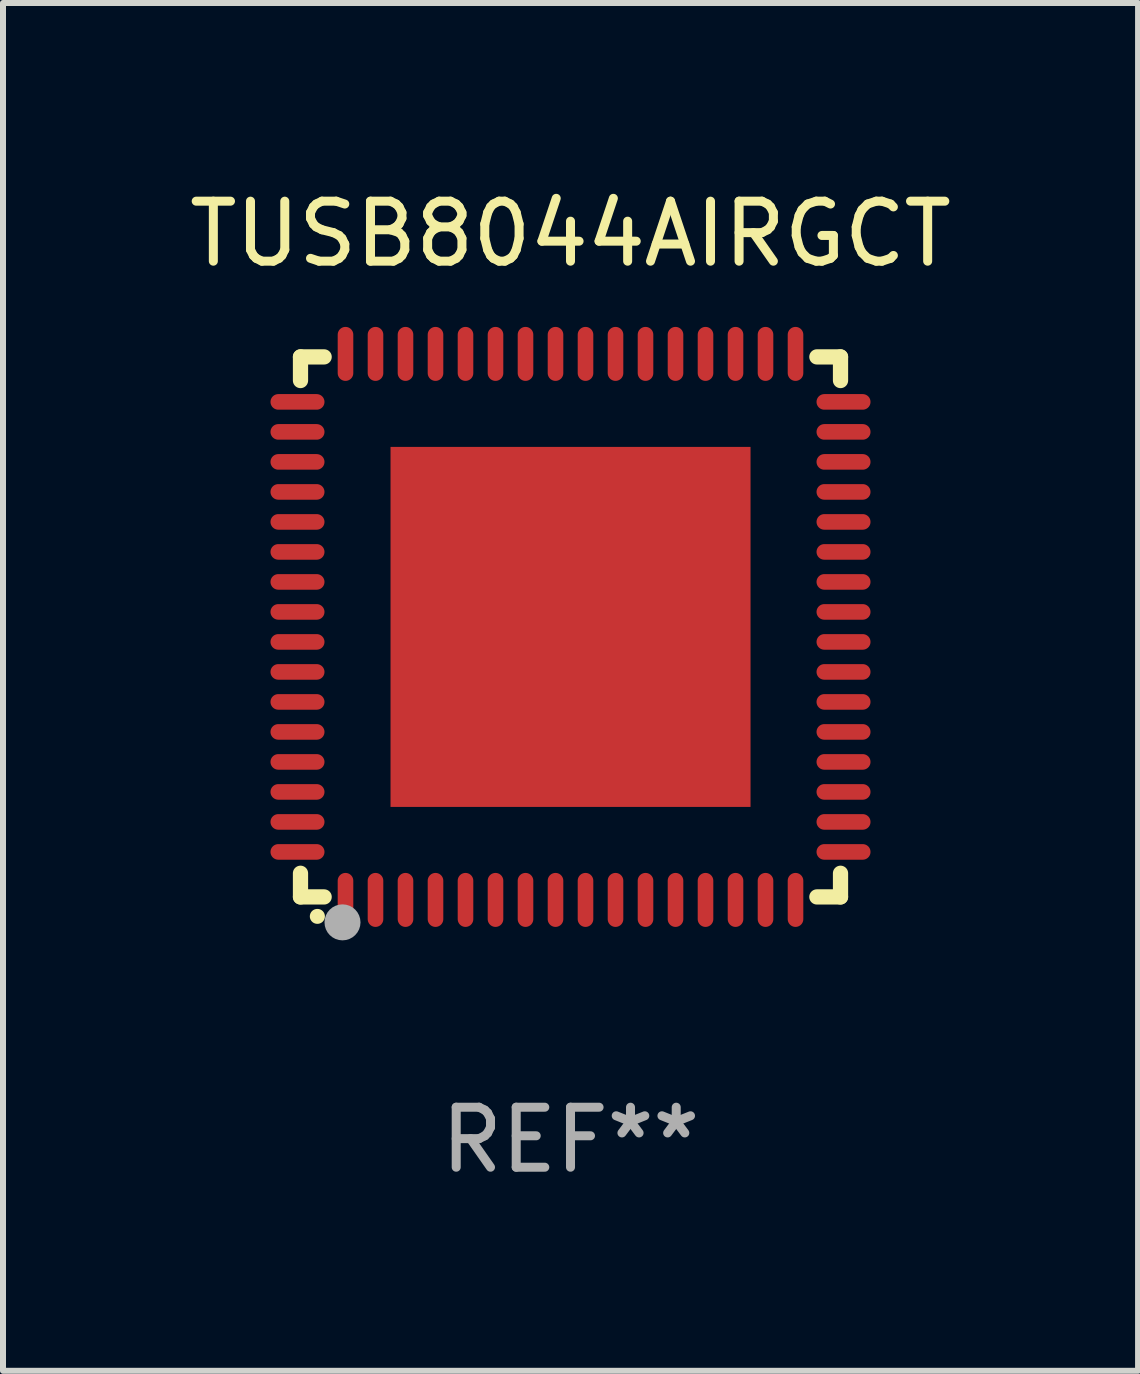
<source format=kicad_pcb>
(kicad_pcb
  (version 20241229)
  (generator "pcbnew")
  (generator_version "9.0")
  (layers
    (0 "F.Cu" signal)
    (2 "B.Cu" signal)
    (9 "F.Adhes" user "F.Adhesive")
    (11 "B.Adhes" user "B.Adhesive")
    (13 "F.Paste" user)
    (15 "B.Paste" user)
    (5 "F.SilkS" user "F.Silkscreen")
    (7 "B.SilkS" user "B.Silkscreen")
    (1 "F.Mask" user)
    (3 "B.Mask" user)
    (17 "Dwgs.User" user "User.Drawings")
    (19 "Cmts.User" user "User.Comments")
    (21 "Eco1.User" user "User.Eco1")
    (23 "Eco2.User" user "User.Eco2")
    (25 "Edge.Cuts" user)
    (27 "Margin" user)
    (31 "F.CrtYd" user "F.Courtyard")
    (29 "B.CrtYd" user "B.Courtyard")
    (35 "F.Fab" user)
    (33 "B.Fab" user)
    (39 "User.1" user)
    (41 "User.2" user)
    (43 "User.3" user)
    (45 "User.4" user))
  (footprint "TUSB8044AIRGCT"
    (layer "F.Cu")
    (at 6.458 7.398)
    (property "Reference" "TUSB8044AIRGCT" (at 0 -6.55 0) (layer "F.SilkS") (effects (font (size 1 1) (thickness 0.15))))
    (attr through_hole)
    (fp_line (start -4.5 -4.5) (end -4.106 -4.5) (stroke (width 0.254) (type solid)) (layer "F.SilkS"))
    (fp_line (start -4.5 -4.106) (end -4.5 -4.5) (stroke (width 0.254) (type solid)) (layer "F.SilkS"))
    (fp_line (start -4.5 4.5) (end -4.5 4.106) (stroke (width 0.254) (type solid)) (layer "F.SilkS"))
    (fp_line (start -4.106 4.5) (end -4.5 4.5) (stroke (width 0.254) (type solid)) (layer "F.SilkS"))
    (fp_line (start 4.106 -4.5) (end 4.5 -4.5) (stroke (width 0.254) (type solid)) (layer "F.SilkS"))
    (fp_line (start 4.5 -4.5) (end 4.5 -4.106) (stroke (width 0.254) (type solid)) (layer "F.SilkS"))
    (fp_line (start 4.5 4.106) (end 4.5 4.5) (stroke (width 0.254) (type solid)) (layer "F.SilkS"))
    (fp_line (start 4.5 4.5) (end 4.106 4.5) (stroke (width 0.254) (type solid)) (layer "F.SilkS"))
    (fp_arc (start -4.220041 4.824308) (mid -4.218771 4.824302) (end -4.217501 4.824308) (stroke (width 0.24892) (type solid)) (layer "F.SilkS"))
    (fp_circle (center -4.5 4.5) (end -4.47 4.5) (stroke (width 0.06) (type solid)) (fill no) (layer "F.SilkS"))
    (fp_circle (center -3.8 4.924) (end -3.65 4.924) (stroke (width 0.3) (type solid)) (fill no) (layer "F.Fab"))
    (fp_text user "REF**" (at 0 8.55 0) (layer "F.Fab") (effects (font (size 1 1) (thickness 0.15))))
    (pad "1" smd oval (at -3.75 4.55 90) (size 0.9 0.26) (layers "F.Cu" "F.Mask" "F.Paste"))
    (pad "2" smd oval (at -3.25 4.55 90) (size 0.9 0.26) (layers "F.Cu" "F.Mask" "F.Paste"))
    (pad "3" smd oval (at -2.75 4.55 90) (size 0.9 0.26) (layers "F.Cu" "F.Mask" "F.Paste"))
    (pad "4" smd oval (at -2.25 4.55 90) (size 0.9 0.26) (layers "F.Cu" "F.Mask" "F.Paste"))
    (pad "5" smd oval (at -1.75 4.55 90) (size 0.9 0.26) (layers "F.Cu" "F.Mask" "F.Paste"))
    (pad "6" smd oval (at -1.25 4.55 90) (size 0.9 0.26) (layers "F.Cu" "F.Mask" "F.Paste"))
    (pad "7" smd oval (at -0.75 4.55 90) (size 0.9 0.26) (layers "F.Cu" "F.Mask" "F.Paste"))
    (pad "8" smd oval (at -0.25 4.55 90) (size 0.9 0.26) (layers "F.Cu" "F.Mask" "F.Paste"))
    (pad "9" smd oval (at 0.25 4.55 90) (size 0.9 0.26) (layers "F.Cu" "F.Mask" "F.Paste"))
    (pad "10" smd oval (at 0.75 4.55 90) (size 0.9 0.26) (layers "F.Cu" "F.Mask" "F.Paste"))
    (pad "11" smd oval (at 1.25 4.55 90) (size 0.9 0.26) (layers "F.Cu" "F.Mask" "F.Paste"))
    (pad "12" smd oval (at 1.75 4.55 90) (size 0.9 0.26) (layers "F.Cu" "F.Mask" "F.Paste"))
    (pad "13" smd oval (at 2.25 4.55 90) (size 0.9 0.26) (layers "F.Cu" "F.Mask" "F.Paste"))
    (pad "14" smd oval (at 2.75 4.55 90) (size 0.9 0.26) (layers "F.Cu" "F.Mask" "F.Paste"))
    (pad "15" smd oval (at 3.25 4.55 90) (size 0.9 0.26) (layers "F.Cu" "F.Mask" "F.Paste"))
    (pad "16" smd oval (at 3.75 4.55 90) (size 0.9 0.26) (layers "F.Cu" "F.Mask" "F.Paste"))
    (pad "17" smd oval (at 4.55 3.75 90) (size 0.26 0.9) (layers "F.Cu" "F.Mask" "F.Paste"))
    (pad "18" smd oval (at 4.55 3.25 90) (size 0.26 0.9) (layers "F.Cu" "F.Mask" "F.Paste"))
    (pad "19" smd oval (at 4.55 2.75 90) (size 0.26 0.9) (layers "F.Cu" "F.Mask" "F.Paste"))
    (pad "20" smd oval (at 4.55 2.25 90) (size 0.26 0.9) (layers "F.Cu" "F.Mask" "F.Paste"))
    (pad "21" smd oval (at 4.55 1.75 90) (size 0.26 0.9) (layers "F.Cu" "F.Mask" "F.Paste"))
    (pad "22" smd oval (at 4.55 1.25 90) (size 0.26 0.9) (layers "F.Cu" "F.Mask" "F.Paste"))
    (pad "23" smd oval (at 4.55 0.75 90) (size 0.26 0.9) (layers "F.Cu" "F.Mask" "F.Paste"))
    (pad "24" smd oval (at 4.55 0.25 90) (size 0.26 0.9) (layers "F.Cu" "F.Mask" "F.Paste"))
    (pad "25" smd oval (at 4.55 -0.25 90) (size 0.26 0.9) (layers "F.Cu" "F.Mask" "F.Paste"))
    (pad "26" smd oval (at 4.55 -0.75 90) (size 0.26 0.9) (layers "F.Cu" "F.Mask" "F.Paste"))
    (pad "27" smd oval (at 4.55 -1.25 90) (size 0.26 0.9) (layers "F.Cu" "F.Mask" "F.Paste"))
    (pad "28" smd oval (at 4.55 -1.75 90) (size 0.26 0.9) (layers "F.Cu" "F.Mask" "F.Paste"))
    (pad "29" smd oval (at 4.55 -2.25 90) (size 0.26 0.9) (layers "F.Cu" "F.Mask" "F.Paste"))
    (pad "30" smd oval (at 4.55 -2.75 90) (size 0.26 0.9) (layers "F.Cu" "F.Mask" "F.Paste"))
    (pad "31" smd oval (at 4.55 -3.25 90) (size 0.26 0.9) (layers "F.Cu" "F.Mask" "F.Paste"))
    (pad "32" smd oval (at 4.55 -3.75 90) (size 0.26 0.9) (layers "F.Cu" "F.Mask" "F.Paste"))
    (pad "33" smd oval (at 3.75 -4.55 90) (size 0.9 0.26) (layers "F.Cu" "F.Mask" "F.Paste"))
    (pad "34" smd oval (at 3.25 -4.55 90) (size 0.9 0.26) (layers "F.Cu" "F.Mask" "F.Paste"))
    (pad "35" smd oval (at 2.75 -4.55 90) (size 0.9 0.26) (layers "F.Cu" "F.Mask" "F.Paste"))
    (pad "36" smd oval (at 2.25 -4.55 90) (size 0.9 0.26) (layers "F.Cu" "F.Mask" "F.Paste"))
    (pad "37" smd oval (at 1.75 -4.55 90) (size 0.9 0.26) (layers "F.Cu" "F.Mask" "F.Paste"))
    (pad "38" smd oval (at 1.25 -4.55 90) (size 0.9 0.26) (layers "F.Cu" "F.Mask" "F.Paste"))
    (pad "39" smd oval (at 0.75 -4.55 90) (size 0.9 0.26) (layers "F.Cu" "F.Mask" "F.Paste"))
    (pad "40" smd oval (at 0.25 -4.55 90) (size 0.9 0.26) (layers "F.Cu" "F.Mask" "F.Paste"))
    (pad "41" smd oval (at -0.25 -4.55 90) (size 0.9 0.26) (layers "F.Cu" "F.Mask" "F.Paste"))
    (pad "42" smd oval (at -0.75 -4.55 90) (size 0.9 0.26) (layers "F.Cu" "F.Mask" "F.Paste"))
    (pad "43" smd oval (at -1.25 -4.55 90) (size 0.9 0.26) (layers "F.Cu" "F.Mask" "F.Paste"))
    (pad "44" smd oval (at -1.75 -4.55 90) (size 0.9 0.26) (layers "F.Cu" "F.Mask" "F.Paste"))
    (pad "45" smd oval (at -2.25 -4.55 90) (size 0.9 0.26) (layers "F.Cu" "F.Mask" "F.Paste"))
    (pad "46" smd oval (at -2.75 -4.55 90) (size 0.9 0.26) (layers "F.Cu" "F.Mask" "F.Paste"))
    (pad "47" smd oval (at -3.25 -4.55 90) (size 0.9 0.26) (layers "F.Cu" "F.Mask" "F.Paste"))
    (pad "48" smd oval (at -3.75 -4.55 90) (size 0.9 0.26) (layers "F.Cu" "F.Mask" "F.Paste"))
    (pad "49" smd oval (at -4.55 -3.75 90) (size 0.26 0.9) (layers "F.Cu" "F.Mask" "F.Paste"))
    (pad "50" smd oval (at -4.55 -3.25 90) (size 0.26 0.9) (layers "F.Cu" "F.Mask" "F.Paste"))
    (pad "51" smd oval (at -4.55 -2.75 90) (size 0.26 0.9) (layers "F.Cu" "F.Mask" "F.Paste"))
    (pad "52" smd oval (at -4.55 -2.25 90) (size 0.26 0.9) (layers "F.Cu" "F.Mask" "F.Paste"))
    (pad "53" smd oval (at -4.55 -1.75 90) (size 0.26 0.9) (layers "F.Cu" "F.Mask" "F.Paste"))
    (pad "54" smd oval (at -4.55 -1.25 90) (size 0.26 0.9) (layers "F.Cu" "F.Mask" "F.Paste"))
    (pad "55" smd oval (at -4.55 -0.75 90) (size 0.26 0.9) (layers "F.Cu" "F.Mask" "F.Paste"))
    (pad "56" smd oval (at -4.55 -0.25 90) (size 0.26 0.9) (layers "F.Cu" "F.Mask" "F.Paste"))
    (pad "57" smd oval (at -4.55 0.25 90) (size 0.26 0.9) (layers "F.Cu" "F.Mask" "F.Paste"))
    (pad "58" smd oval (at -4.55 0.75 90) (size 0.26 0.9) (layers "F.Cu" "F.Mask" "F.Paste"))
    (pad "59" smd oval (at -4.55 1.25 90) (size 0.26 0.9) (layers "F.Cu" "F.Mask" "F.Paste"))
    (pad "60" smd oval (at -4.55 1.75 90) (size 0.26 0.9) (layers "F.Cu" "F.Mask" "F.Paste"))
    (pad "61" smd oval (at -4.55 2.25 90) (size 0.26 0.9) (layers "F.Cu" "F.Mask" "F.Paste"))
    (pad "62" smd oval (at -4.55 2.75 90) (size 0.26 0.9) (layers "F.Cu" "F.Mask" "F.Paste"))
    (pad "63" smd oval (at -4.55 3.25 90) (size 0.26 0.9) (layers "F.Cu" "F.Mask" "F.Paste"))
    (pad "64" smd oval (at -4.55 3.75 90) (size 0.26 0.9) (layers "F.Cu" "F.Mask" "F.Paste"))
    (pad "65" smd rect (at 0.000381 0 90) (size 6 6) (layers "F.Cu" "F.Mask" "F.Paste")))
  (gr_rect
    (start -3 -3)
    (end 15.917 19.796)
    (stroke (width 0.1) (type default))
    (fill no)
    (layer "Edge.Cuts")))
</source>
